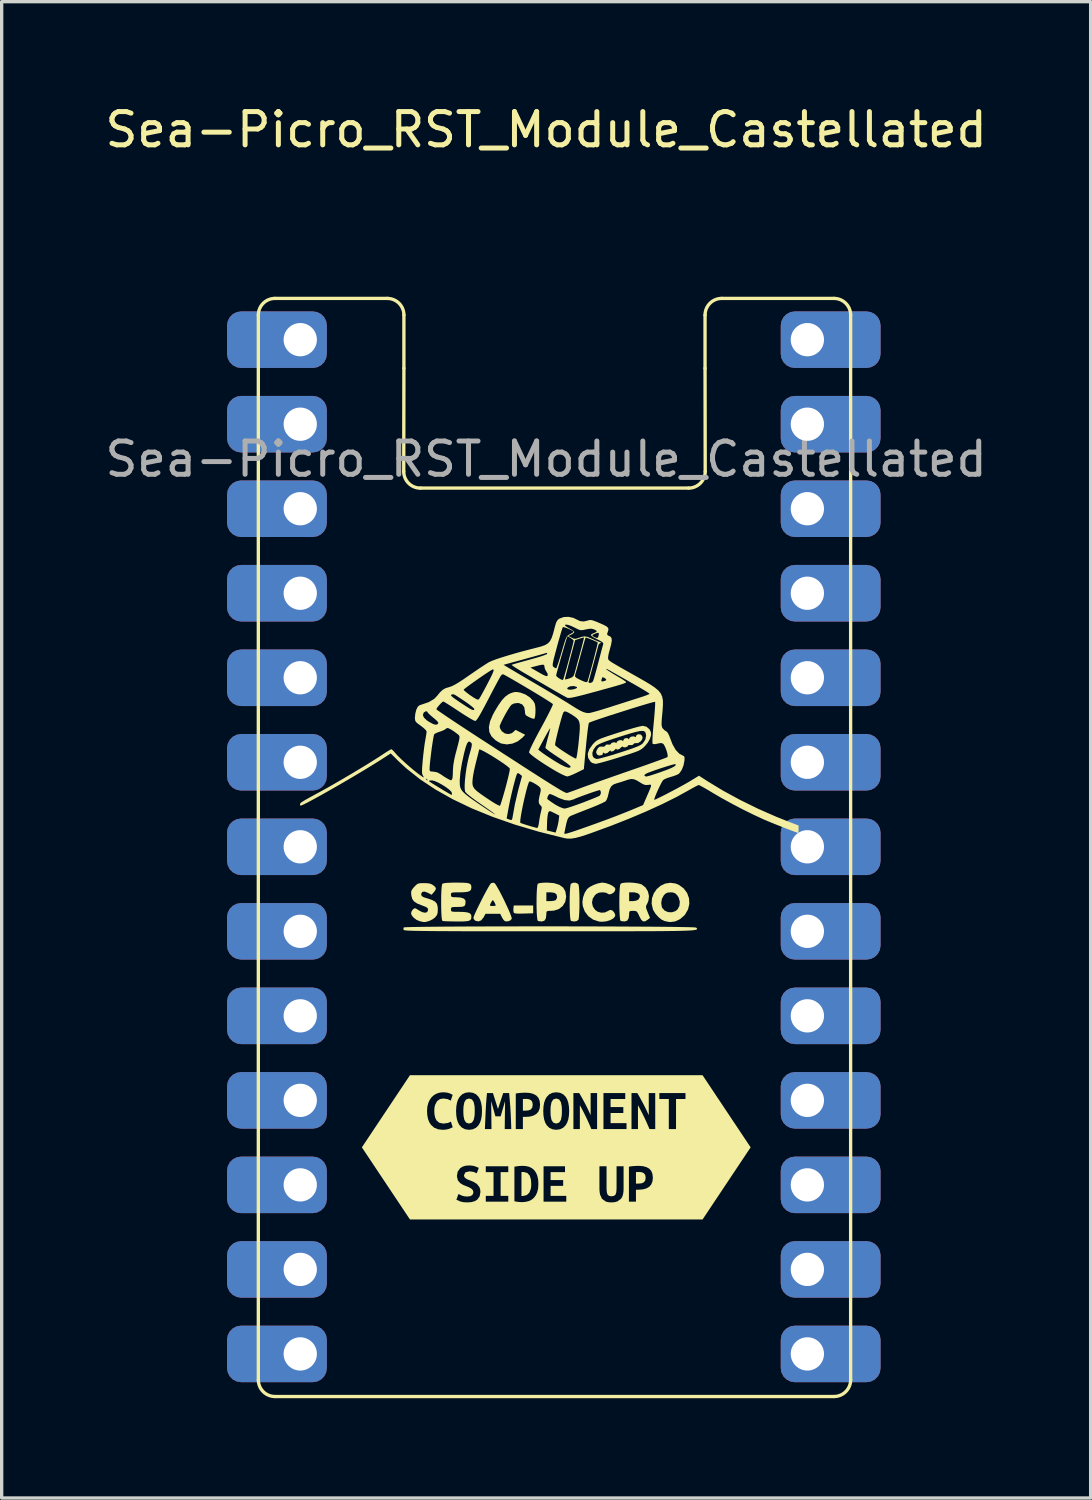
<source format=kicad_pcb>
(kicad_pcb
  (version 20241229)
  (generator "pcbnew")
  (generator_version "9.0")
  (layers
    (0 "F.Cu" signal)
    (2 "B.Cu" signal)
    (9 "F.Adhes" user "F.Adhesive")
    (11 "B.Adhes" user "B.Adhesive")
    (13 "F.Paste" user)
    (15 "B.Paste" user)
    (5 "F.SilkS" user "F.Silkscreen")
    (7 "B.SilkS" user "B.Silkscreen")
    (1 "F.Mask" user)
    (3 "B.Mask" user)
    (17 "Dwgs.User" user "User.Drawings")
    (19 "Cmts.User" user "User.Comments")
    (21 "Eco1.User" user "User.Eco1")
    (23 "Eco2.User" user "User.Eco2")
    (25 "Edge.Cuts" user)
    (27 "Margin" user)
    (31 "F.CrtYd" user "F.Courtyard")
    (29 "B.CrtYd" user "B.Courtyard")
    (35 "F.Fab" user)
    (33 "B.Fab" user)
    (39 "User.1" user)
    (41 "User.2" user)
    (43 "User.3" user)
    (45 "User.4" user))
  (footprint "Sea-Picro_RST_Module_Castellated"
    (layer "F.Cu")
    (at 13.563 22.398)
    (property "Reference" "Sea-Picro_RST_Module_Castellated" (at -0.2 -21.55 0) (unlocked yes) (layer "F.SilkS") (effects (font (size 1 1) (thickness 0.15))))
    (attr through_hole)
    (fp_line (start -8.85 -15.98) (end -8.85 16.02) (stroke (width 0.1) (type solid)) (layer "F.SilkS"))
    (fp_line (start -8.35 16.52) (end 8.45 16.52) (stroke (width 0.1) (type solid)) (layer "F.SilkS"))
    (fp_line (start -4.975 -16.48) (end -8.35 -16.48) (stroke (width 0.1) (type solid)) (layer "F.SilkS"))
    (fp_line (start -4.475 -14.38) (end -4.48 -11.28) (stroke (width 0.1) (type solid)) (layer "F.SilkS"))
    (fp_line (start -4.475 -14.38) (end -4.475 -15.98) (stroke (width 0.1) (type solid)) (layer "F.SilkS"))
    (fp_line (start -3.98 -10.78) (end 4.08 -10.78) (stroke (width 0.1) (type solid)) (layer "F.SilkS"))
    (fp_line (start 4.575 -14.38) (end 4.575 -15.98) (stroke (width 0.1) (type solid)) (layer "F.SilkS"))
    (fp_line (start 4.575 -14.38) (end 4.58 -11.28) (stroke (width 0.1) (type solid)) (layer "F.SilkS"))
    (fp_line (start 5.075 -16.48) (end 8.45 -16.48) (stroke (width 0.1) (type solid)) (layer "F.SilkS"))
    (fp_line (start 8.95 16.02) (end 8.95 -15.98) (stroke (width 0.1) (type solid)) (layer "F.SilkS"))
    (fp_arc (start -8.84951 -15.98) (mid -8.703063 -16.333553) (end -8.34951 -16.48) (stroke (width 0.1) (type solid)) (layer "F.SilkS"))
    (fp_arc (start -8.34951 16.52) (mid -8.703063 16.373553) (end -8.84951 16.02) (stroke (width 0.1) (type solid)) (layer "F.SilkS"))
    (fp_arc (start -4.97451 -16.48) (mid -4.620957 -16.333553) (end -4.47451 -15.98) (stroke (width 0.1) (type solid)) (layer "F.SilkS"))
    (fp_arc (start -3.98 -10.77951) (mid -4.333553 -10.925957) (end -4.48 -11.27951) (stroke (width 0.1) (type solid)) (layer "F.SilkS"))
    (fp_arc (start 4.57549 -15.98) (mid 4.721931 -16.333559) (end 5.07549 -16.48) (stroke (width 0.1) (type solid)) (layer "F.SilkS"))
    (fp_arc (start 4.58 -11.27951) (mid 4.433553 -10.925957) (end 4.08 -10.77951) (stroke (width 0.1) (type solid)) (layer "F.SilkS"))
    (fp_arc (start 8.45049 -16.48) (mid 8.804046 -16.333556) (end 8.95049 -15.98) (stroke (width 0.1) (type solid)) (layer "F.SilkS"))
    (fp_arc (start 8.95049 16.02) (mid 8.804039 16.373543) (end 8.45049 16.52) (stroke (width 0.1) (type solid)) (layer "F.SilkS"))
    (fp_poly (pts (xy -0.589 1.998) (xy -0.874 2.006) (xy -1.012 2.009) (xy -1.101 2.005) (xy -1.152 1.995) (xy -1.175 1.976) (xy -1.177 1.972) (xy -1.186 1.913) (xy -1.183 1.847) (xy -1.174 1.764) (xy -0.589 1.764)) (stroke (width 0) (type solid)) (fill yes) (layer "F.SilkS"))
    (fp_poly (pts (xy -0.792 7.576) (xy -0.845 7.577) (xy -0.899 7.581) (xy -0.899 7.93) (xy -0.811 7.93) (xy -0.721 7.92) (xy -0.656 7.889) (xy -0.617 7.834) (xy -0.604 7.749) (xy -0.616 7.668) (xy -0.655 7.615) (xy -0.715 7.586) (xy -0.792 7.576)) (stroke (width 0) (type solid)) (fill yes) (layer "F.SilkS"))
    (fp_poly (pts (xy 2.604 9.772) (xy 2.551 9.773) (xy 2.499 9.777) (xy 2.499 10.121) (xy 2.585 10.121) (xy 2.674 10.111) (xy 2.738 10.081) (xy 2.777 10.026) (xy 2.79 9.942) (xy 2.777 9.863) (xy 2.739 9.811) (xy 2.68 9.782) (xy 2.604 9.772)) (stroke (width 0) (type solid)) (fill yes) (layer "F.SilkS"))
    (fp_poly (pts (xy -0.942 10.493) (xy -0.923 10.495) (xy -0.904 10.495) (xy -0.783 10.467) (xy -0.704 10.391) (xy -0.661 10.277) (xy -0.651 10.208) (xy -0.648 10.132) (xy -0.658 9.997) (xy -0.694 9.882) (xy -0.765 9.802) (xy -0.88 9.772) (xy -0.911 9.773) (xy -0.942 9.777) (xy -0.942 10.493)) (stroke (width 0) (type solid)) (fill yes) (layer "F.SilkS"))
    (fp_poly (pts (xy -2.689 7.941) (xy -2.687 8.017) (xy -2.682 8.088) (xy -2.658 8.208) (xy -2.606 8.288) (xy -2.517 8.318) (xy -2.429 8.288) (xy -2.377 8.207) (xy -2.352 8.088) (xy -2.348 8.017) (xy -2.346 7.941) (xy -2.348 7.865) (xy -2.352 7.793) (xy -2.377 7.674) (xy -2.428 7.593) (xy -2.517 7.564) (xy -2.606 7.593) (xy -2.658 7.675) (xy -2.682 7.794) (xy -2.687 7.865) (xy -2.689 7.941)) (stroke (width 0) (type solid)) (fill yes) (layer "F.SilkS"))
    (fp_poly (pts (xy -0.069 7.941) (xy -0.068 8.017) (xy -0.063 8.088) (xy -0.039 8.208) (xy 0.013 8.288) (xy 0.102 8.318) (xy 0.19 8.288) (xy 0.243 8.207) (xy 0.267 8.088) (xy 0.272 8.017) (xy 0.273 7.941) (xy 0.272 7.865) (xy 0.267 7.793) (xy 0.243 7.674) (xy 0.191 7.593) (xy 0.102 7.564) (xy 0.013 7.593) (xy -0.039 7.675) (xy -0.063 7.794) (xy -0.068 7.865) (xy -0.069 7.941)) (stroke (width 0) (type solid)) (fill yes) (layer "F.SilkS"))
    (fp_poly (pts (xy 0.688 1.08) (xy 0.754 1.111) (xy 0.771 1.133) (xy 0.782 1.182) (xy 0.791 1.28) (xy 0.798 1.415) (xy 0.801 1.578) (xy 0.801 1.661) (xy 0.8 1.834) (xy 0.794 1.984) (xy 0.786 2.101) (xy 0.776 2.174) (xy 0.771 2.19) (xy 0.719 2.232) (xy 0.637 2.245) (xy 0.546 2.227) (xy 0.545 2.227) (xy 0.532 2.194) (xy 0.521 2.113) (xy 0.513 1.997) (xy 0.508 1.855) (xy 0.506 1.701) (xy 0.507 1.543) (xy 0.511 1.395) (xy 0.518 1.267) (xy 0.528 1.171) (xy 0.54 1.117) (xy 0.544 1.111) (xy 0.609 1.08)) (stroke (width 0) (type solid)) (fill yes) (layer "F.SilkS"))
    (fp_poly (pts (xy 1.589 1.09) (xy 1.694 1.124) (xy 1.789 1.171) (xy 1.857 1.223) (xy 1.879 1.261) (xy 1.868 1.325) (xy 1.822 1.381) (xy 1.757 1.419) (xy 1.691 1.43) (xy 1.64 1.405) (xy 1.635 1.398) (xy 1.598 1.38) (xy 1.523 1.37) (xy 1.485 1.369) (xy 1.386 1.378) (xy 1.314 1.413) (xy 1.267 1.454) (xy 1.199 1.56) (xy 1.178 1.679) (xy 1.204 1.797) (xy 1.274 1.898) (xy 1.348 1.951) (xy 1.453 1.98) (xy 1.562 1.974) (xy 1.637 1.94) (xy 1.702 1.906) (xy 1.744 1.896) (xy 1.798 1.92) (xy 1.847 1.977) (xy 1.876 2.044) (xy 1.874 2.084) (xy 1.82 2.151) (xy 1.724 2.205) (xy 1.603 2.241) (xy 1.471 2.253) (xy 1.387 2.246) (xy 1.212 2.188) (xy 1.068 2.086) (xy 0.962 1.947) (xy 0.901 1.782) (xy 0.889 1.661) (xy 0.909 1.52) (xy 0.96 1.379) (xy 1.029 1.271) (xy 1.109 1.207) (xy 1.225 1.147) (xy 1.351 1.101) (xy 1.467 1.078) (xy 1.49 1.076)) (stroke (width 0) (type solid)) (fill yes) (layer "F.SilkS"))
    (fp_poly (pts (xy 3.689 1.103) (xy 3.789 1.144) (xy 3.934 1.251) (xy 4.036 1.389) (xy 4.093 1.547) (xy 4.103 1.714) (xy 4.064 1.881) (xy 3.975 2.036) (xy 3.954 2.061) (xy 3.825 2.173) (xy 3.68 2.242) (xy 3.531 2.262) (xy 3.479 2.256) (xy 3.401 2.24) (xy 3.354 2.23) (xy 3.27 2.19) (xy 3.176 2.113) (xy 3.088 2.015) (xy 3.022 1.911) (xy 3.008 1.879) (xy 2.97 1.709) (xy 2.971 1.69) (xy 3.258 1.69) (xy 3.276 1.809) (xy 3.289 1.838) (xy 3.363 1.919) (xy 3.465 1.963) (xy 3.578 1.968) (xy 3.685 1.933) (xy 3.75 1.88) (xy 3.805 1.775) (xy 3.817 1.651) (xy 3.784 1.529) (xy 3.74 1.459) (xy 3.677 1.398) (xy 3.609 1.373) (xy 3.537 1.369) (xy 3.446 1.377) (xy 3.382 1.41) (xy 3.335 1.459) (xy 3.278 1.565) (xy 3.258 1.69) (xy 2.971 1.69) (xy 2.981 1.547) (xy 3.035 1.398) (xy 3.123 1.271) (xy 3.24 1.171) (xy 3.378 1.105) (xy 3.53 1.081)) (stroke (width 0) (type solid)) (fill yes) (layer "F.SilkS"))
    (fp_poly (pts (xy 0.036 1.092) (xy 0.196 1.142) (xy 0.31 1.225) (xy 0.378 1.342) (xy 0.401 1.495) (xy 0.401 1.501) (xy 0.375 1.652) (xy 0.301 1.776) (xy 0.187 1.867) (xy 0.038 1.917) (xy -0.061 1.925) (xy -0.142 1.927) (xy -0.181 1.941) (xy -0.193 1.981) (xy -0.194 2.029) (xy -0.208 2.15) (xy -0.253 2.221) (xy -0.328 2.244) (xy -0.334 2.244) (xy -0.407 2.237) (xy -0.45 2.227) (xy -0.463 2.194) (xy -0.474 2.113) (xy -0.482 1.997) (xy -0.487 1.855) (xy -0.489 1.701) (xy -0.488 1.632) (xy -0.194 1.632) (xy -0.068 1.632) (xy 0.019 1.624) (xy 0.082 1.605) (xy 0.093 1.597) (xy 0.123 1.54) (xy 0.128 1.501) (xy 0.109 1.426) (xy 0.047 1.383) (xy -0.062 1.369) (xy -0.068 1.369) (xy -0.194 1.369) (xy -0.194 1.632) (xy -0.488 1.632) (xy -0.488 1.543) (xy -0.484 1.395) (xy -0.477 1.267) (xy -0.467 1.171) (xy -0.455 1.117) (xy -0.451 1.111) (xy -0.401 1.092) (xy -0.303 1.08) (xy -0.172 1.076)) (stroke (width 0) (type solid)) (fill yes) (layer "F.SilkS"))
    (fp_poly (pts (xy -1.752 1.092) (xy -1.719 1.129) (xy -1.67 1.21) (xy -1.607 1.322) (xy -1.537 1.457) (xy -1.464 1.603) (xy -1.394 1.751) (xy -1.33 1.891) (xy -1.279 2.012) (xy -1.245 2.105) (xy -1.233 2.158) (xy -1.234 2.163) (xy -1.276 2.212) (xy -1.349 2.241) (xy -1.426 2.24) (xy -1.437 2.236) (xy -1.478 2.2) (xy -1.522 2.133) (xy -1.53 2.116) (xy -1.58 2.013) (xy -2.022 2.013) (xy -2.081 2.122) (xy -2.151 2.209) (xy -2.235 2.243) (xy -2.328 2.221) (xy -2.337 2.216) (xy -2.379 2.168) (xy -2.386 2.136) (xy -2.372 2.088) (xy -2.336 2) (xy -2.282 1.883) (xy -2.225 1.765) (xy -1.891 1.765) (xy -1.865 1.775) (xy -1.804 1.779) (xy -1.803 1.779) (xy -1.741 1.775) (xy -1.715 1.765) (xy -1.715 1.765) (xy -1.728 1.723) (xy -1.756 1.665) (xy -1.786 1.618) (xy -1.803 1.603) (xy -1.826 1.626) (xy -1.857 1.678) (xy -1.883 1.734) (xy -1.891 1.765) (xy -2.225 1.765) (xy -2.215 1.746) (xy -2.142 1.6) (xy -2.068 1.455) (xy -1.996 1.322) (xy -1.934 1.21) (xy -1.885 1.13) (xy -1.855 1.093) (xy -1.854 1.092) (xy -1.784 1.079)) (stroke (width 0) (type solid)) (fill yes) (layer "F.SilkS"))
    (fp_poly (pts (xy 2.437 1.082) (xy 2.557 1.099) (xy 2.653 1.125) (xy 2.675 1.135) (xy 2.786 1.222) (xy 2.859 1.342) (xy 2.89 1.48) (xy 2.874 1.621) (xy 2.836 1.711) (xy 2.808 1.763) (xy 2.799 1.806) (xy 2.81 1.86) (xy 2.843 1.945) (xy 2.852 1.968) (xy 2.922 2.136) (xy 2.853 2.191) (xy 2.775 2.24) (xy 2.712 2.241) (xy 2.656 2.191) (xy 2.6 2.086) (xy 2.558 1.996) (xy 2.524 1.948) (xy 2.483 1.929) (xy 2.42 1.925) (xy 2.411 1.925) (xy 2.336 1.928) (xy 2.303 1.947) (xy 2.294 1.997) (xy 2.294 2.029) (xy 2.279 2.15) (xy 2.234 2.221) (xy 2.159 2.244) (xy 2.154 2.244) (xy 2.081 2.237) (xy 2.038 2.227) (xy 2.024 2.194) (xy 2.014 2.113) (xy 2.006 1.997) (xy 2.001 1.855) (xy 1.999 1.701) (xy 1.999 1.632) (xy 2.294 1.632) (xy 2.409 1.632) (xy 2.499 1.62) (xy 2.565 1.59) (xy 2.57 1.586) (xy 2.616 1.512) (xy 2.61 1.447) (xy 2.556 1.397) (xy 2.461 1.371) (xy 2.42 1.369) (xy 2.294 1.369) (xy 2.294 1.632) (xy 1.999 1.632) (xy 2 1.543) (xy 2.003 1.395) (xy 2.01 1.267) (xy 2.02 1.171) (xy 2.033 1.117) (xy 2.036 1.111) (xy 2.091 1.088) (xy 2.187 1.076) (xy 2.308 1.074)) (stroke (width 0) (type solid)) (fill yes) (layer "F.SilkS"))
    (fp_poly (pts (xy -0.993 -4.638) (xy -0.972 -4.633) (xy -0.827 -4.58) (xy -0.694 -4.494) (xy -0.591 -4.388) (xy -0.545 -4.309) (xy -0.529 -4.239) (xy -0.521 -4.14) (xy -0.522 -4.032) (xy -0.53 -3.934) (xy -0.545 -3.866) (xy -0.554 -3.85) (xy -0.59 -3.849) (xy -0.659 -3.872) (xy -0.706 -3.893) (xy -0.785 -3.935) (xy -0.824 -3.973) (xy -0.836 -4.028) (xy -0.837 -4.07) (xy -0.858 -4.195) (xy -0.919 -4.278) (xy -1.018 -4.318) (xy -1.066 -4.321) (xy -1.17 -4.306) (xy -1.24 -4.27) (xy -1.284 -4.218) (xy -1.342 -4.129) (xy -1.407 -4.018) (xy -1.473 -3.899) (xy -1.531 -3.784) (xy -1.575 -3.687) (xy -1.597 -3.623) (xy -1.598 -3.613) (xy -1.58 -3.549) (xy -1.535 -3.477) (xy -1.529 -3.47) (xy -1.44 -3.406) (xy -1.334 -3.387) (xy -1.232 -3.415) (xy -1.183 -3.452) (xy -1.121 -3.514) (xy -0.831 -3.367) (xy -0.914 -3.279) (xy -1.053 -3.169) (xy -1.214 -3.101) (xy -1.383 -3.077) (xy -1.545 -3.103) (xy -1.568 -3.112) (xy -1.639 -3.149) (xy -1.722 -3.203) (xy -1.736 -3.214) (xy -1.846 -3.324) (xy -1.908 -3.45) (xy -1.921 -3.598) (xy -1.886 -3.769) (xy -1.802 -3.968) (xy -1.745 -4.074) (xy -1.629 -4.264) (xy -1.528 -4.407) (xy -1.432 -4.51) (xy -1.337 -4.581) (xy -1.259 -4.618) (xy -1.169 -4.647) (xy -1.09 -4.653)) (stroke (width 0) (type solid)) (fill yes) (layer "F.SilkS"))
    (fp_poly (pts (xy -3.747 1.096) (xy -3.663 1.116) (xy -3.599 1.151) (xy -3.531 1.211) (xy -3.512 1.262) (xy -3.54 1.321) (xy -3.57 1.358) (xy -3.642 1.442) (xy -3.743 1.388) (xy -3.845 1.348) (xy -3.915 1.351) (xy -3.951 1.397) (xy -3.954 1.426) (xy -3.947 1.466) (xy -3.919 1.496) (xy -3.857 1.524) (xy -3.764 1.552) (xy -3.624 1.6) (xy -3.533 1.651) (xy -3.482 1.717) (xy -3.459 1.807) (xy -3.456 1.881) (xy -3.461 1.982) (xy -3.481 2.049) (xy -3.525 2.108) (xy -3.544 2.128) (xy -3.623 2.185) (xy -3.725 2.232) (xy -3.825 2.259) (xy -3.895 2.259) (xy -3.944 2.248) (xy -4.003 2.235) (xy -4.091 2.198) (xy -4.175 2.137) (xy -4.237 2.065) (xy -4.261 2) (xy -4.24 1.93) (xy -4.203 1.881) (xy -4.165 1.852) (xy -4.13 1.848) (xy -4.08 1.874) (xy -4.03 1.908) (xy -3.928 1.963) (xy -3.84 1.981) (xy -3.778 1.963) (xy -3.75 1.909) (xy -3.749 1.897) (xy -3.756 1.855) (xy -3.786 1.823) (xy -3.851 1.792) (xy -3.935 1.761) (xy -4.076 1.704) (xy -4.169 1.643) (xy -4.224 1.568) (xy -4.25 1.469) (xy -4.253 1.449) (xy -4.258 1.365) (xy -4.243 1.305) (xy -4.198 1.242) (xy -4.164 1.204) (xy -4.105 1.143) (xy -4.054 1.109) (xy -3.992 1.094) (xy -3.897 1.091) (xy -3.87 1.091)) (stroke (width 0) (type solid)) (fill yes) (layer "F.SilkS"))
    (fp_poly (pts (xy -2.728 1.078) (xy -2.605 1.084) (xy -2.524 1.098) (xy -2.477 1.122) (xy -2.454 1.16) (xy -2.447 1.214) (xy -2.447 1.227) (xy -2.458 1.288) (xy -2.495 1.329) (xy -2.569 1.354) (xy -2.685 1.366) (xy -2.811 1.369) (xy -2.932 1.369) (xy -3.006 1.374) (xy -3.044 1.385) (xy -3.059 1.406) (xy -3.061 1.441) (xy -3.061 1.442) (xy -3.056 1.486) (xy -3.032 1.507) (xy -2.973 1.515) (xy -2.917 1.515) (xy -2.769 1.525) (xy -2.673 1.557) (xy -2.627 1.61) (xy -2.622 1.644) (xy -2.628 1.725) (xy -2.651 1.774) (xy -2.704 1.799) (xy -2.799 1.807) (xy -2.86 1.808) (xy -2.966 1.809) (xy -3.026 1.815) (xy -3.053 1.832) (xy -3.061 1.863) (xy -3.061 1.881) (xy -3.059 1.917) (xy -3.043 1.939) (xy -3.003 1.95) (xy -2.925 1.954) (xy -2.829 1.954) (xy -2.667 1.959) (xy -2.555 1.974) (xy -2.486 2.003) (xy -2.453 2.049) (xy -2.447 2.094) (xy -2.451 2.152) (xy -2.47 2.193) (xy -2.511 2.221) (xy -2.584 2.236) (xy -2.696 2.243) (xy -2.857 2.245) (xy -2.899 2.244) (xy -3.045 2.242) (xy -3.171 2.239) (xy -3.265 2.234) (xy -3.314 2.228) (xy -3.317 2.227) (xy -3.331 2.194) (xy -3.342 2.113) (xy -3.349 1.997) (xy -3.354 1.855) (xy -3.356 1.701) (xy -3.355 1.543) (xy -3.352 1.395) (xy -3.345 1.267) (xy -3.335 1.171) (xy -3.322 1.117) (xy -3.319 1.111) (xy -3.272 1.094) (xy -3.171 1.083) (xy -3.015 1.077) (xy -2.9 1.076)) (stroke (width 0) (type solid)) (fill yes) (layer "F.SilkS"))
    (fp_poly (pts (xy -0.058 2.391) (xy 0.381 2.391) (xy 0.816 2.392) (xy 1.242 2.393) (xy 1.657 2.394) (xy 2.056 2.396) (xy 2.435 2.398) (xy 2.79 2.4) (xy 3.118 2.402) (xy 3.414 2.405) (xy 3.674 2.408) (xy 3.895 2.412) (xy 4.073 2.415) (xy 4.203 2.419) (xy 4.282 2.424) (xy 4.306 2.427) (xy 4.321 2.442) (xy 4.332 2.456) (xy 4.337 2.468) (xy 4.332 2.479) (xy 4.316 2.489) (xy 4.286 2.497) (xy 4.238 2.505) (xy 4.171 2.512) (xy 4.082 2.517) (xy 3.968 2.522) (xy 3.826 2.526) (xy 3.654 2.53) (xy 3.45 2.532) (xy 3.209 2.535) (xy 2.931 2.536) (xy 2.611 2.537) (xy 2.248 2.538) (xy 1.839 2.539) (xy 1.381 2.539) (xy 0.872 2.539) (xy 0.309 2.539) (xy -0.096 2.539) (xy -0.694 2.539) (xy -1.236 2.539) (xy -1.725 2.539) (xy -2.164 2.538) (xy -2.555 2.538) (xy -2.9 2.537) (xy -3.203 2.535) (xy -3.466 2.534) (xy -3.691 2.532) (xy -3.882 2.53) (xy -4.041 2.527) (xy -4.171 2.525) (xy -4.274 2.521) (xy -4.354 2.518) (xy -4.411 2.513) (xy -4.451 2.509) (xy -4.474 2.504) (xy -4.484 2.498) (xy -4.484 2.497) (xy -4.488 2.441) (xy -4.481 2.424) (xy -4.45 2.419) (xy -4.364 2.415) (xy -4.227 2.411) (xy -4.043 2.408) (xy -3.817 2.405) (xy -3.552 2.402) (xy -3.251 2.399) (xy -2.92 2.397) (xy -2.561 2.395) (xy -2.179 2.394) (xy -1.778 2.392) (xy -1.362 2.392) (xy -0.934 2.391) (xy -0.498 2.391)) (stroke (width 0) (type solid)) (fill yes) (layer "F.SilkS"))
    (fp_poly (pts (xy 2.638 -3.374) (xy 2.663 -3.357) (xy 2.7 -3.294) (xy 2.683 -3.224) (xy 2.641 -3.17) (xy 2.564 -3.118) (xy 2.511 -3.116) (xy 2.448 -3.11) (xy 2.427 -3.086) (xy 2.386 -3.055) (xy 2.337 -3.057) (xy 2.283 -3.059) (xy 2.265 -3.045) (xy 2.24 -3.012) (xy 2.187 -2.991) (xy 2.133 -2.989) (xy 2.112 -3.002) (xy 2.083 -3.014) (xy 2.054 -2.988) (xy 2.004 -2.944) (xy 1.953 -2.921) (xy 1.918 -2.925) (xy 1.913 -2.939) (xy 1.9 -2.949) (xy 1.877 -2.928) (xy 1.827 -2.883) (xy 1.775 -2.862) (xy 1.741 -2.869) (xy 1.737 -2.882) (xy 1.724 -2.896) (xy 1.7 -2.872) (xy 1.641 -2.821) (xy 1.578 -2.801) (xy 1.532 -2.817) (xy 1.528 -2.822) (xy 1.509 -2.839) (xy 1.504 -2.808) (xy 1.491 -2.765) (xy 1.477 -2.757) (xy 1.426 -2.748) (xy 1.411 -2.744) (xy 1.361 -2.751) (xy 1.335 -2.772) (xy 1.303 -2.826) (xy 1.311 -2.884) (xy 1.348 -2.951) (xy 1.397 -3.004) (xy 1.458 -3.013) (xy 1.477 -3.01) (xy 1.545 -3.01) (xy 1.575 -3.04) (xy 1.615 -3.073) (xy 1.665 -3.072) (xy 1.719 -3.07) (xy 1.738 -3.084) (xy 1.762 -3.117) (xy 1.816 -3.138) (xy 1.87 -3.14) (xy 1.891 -3.127) (xy 1.91 -3.112) (xy 1.913 -3.131) (xy 1.938 -3.171) (xy 1.993 -3.2) (xy 2.054 -3.209) (xy 2.093 -3.19) (xy 2.113 -3.171) (xy 2.118 -3.2) (xy 2.142 -3.243) (xy 2.195 -3.267) (xy 2.25 -3.263) (xy 2.27 -3.246) (xy 2.29 -3.227) (xy 2.293 -3.248) (xy 2.319 -3.289) (xy 2.375 -3.315) (xy 2.436 -3.318) (xy 2.462 -3.306) (xy 2.493 -3.295) (xy 2.499 -3.321) (xy 2.522 -3.363) (xy 2.577 -3.383)) (stroke (width 0) (type solid)) (fill yes) (layer "F.SilkS"))
    (fp_poly (pts (xy 2.816 -3.608) (xy 2.903 -3.533) (xy 2.948 -3.449) (xy 2.953 -3.357) (xy 2.918 -3.244) (xy 2.85 -3.124) (xy 2.763 -3.021) (xy 2.717 -2.977) (xy 2.673 -2.941) (xy 2.621 -2.909) (xy 2.553 -2.876) (xy 2.461 -2.841) (xy 2.337 -2.798) (xy 2.172 -2.745) (xy 2.001 -2.691) (xy 1.814 -2.633) (xy 1.641 -2.582) (xy 1.491 -2.54) (xy 1.374 -2.51) (xy 1.299 -2.495) (xy 1.282 -2.493) (xy 1.182 -2.52) (xy 1.132 -2.56) (xy 1.062 -2.673) (xy 1.05 -2.796) (xy 1.061 -2.828) (xy 1.19 -2.828) (xy 1.193 -2.741) (xy 1.232 -2.675) (xy 1.305 -2.642) (xy 1.33 -2.64) (xy 1.385 -2.649) (xy 1.485 -2.674) (xy 1.621 -2.711) (xy 1.784 -2.759) (xy 1.964 -2.815) (xy 2.025 -2.834) (xy 2.237 -2.904) (xy 2.399 -2.959) (xy 2.52 -3.005) (xy 2.606 -3.043) (xy 2.665 -3.077) (xy 2.704 -3.109) (xy 2.707 -3.112) (xy 2.781 -3.224) (xy 2.804 -3.342) (xy 2.789 -3.421) (xy 2.769 -3.456) (xy 2.735 -3.477) (xy 2.682 -3.484) (xy 2.602 -3.476) (xy 2.491 -3.451) (xy 2.341 -3.41) (xy 2.147 -3.351) (xy 1.976 -3.296) (xy 1.76 -3.226) (xy 1.594 -3.168) (xy 1.471 -3.121) (xy 1.383 -3.081) (xy 1.324 -3.046) (xy 1.296 -3.022) (xy 1.224 -2.926) (xy 1.19 -2.828) (xy 1.061 -2.828) (xy 1.095 -2.931) (xy 1.198 -3.076) (xy 1.219 -3.099) (xy 1.259 -3.141) (xy 1.299 -3.175) (xy 1.348 -3.207) (xy 1.412 -3.239) (xy 1.501 -3.274) (xy 1.623 -3.317) (xy 1.784 -3.37) (xy 1.971 -3.431) (xy 2.159 -3.49) (xy 2.335 -3.542) (xy 2.488 -3.586) (xy 2.609 -3.617) (xy 2.688 -3.633) (xy 2.708 -3.635)) (stroke (width 0) (type solid)) (fill yes) (layer "F.SilkS"))
    (fp_poly (pts (xy -3.78 6.864) (xy -3.641 7.524) (xy -3.57 7.461) (xy -3.486 7.414) (xy -3.392 7.386) (xy -3.289 7.377) (xy -3.185 7.386) (xy -3.104 7.408) (xy -3.046 7.434) (xy -3.01 7.455) (xy -3.066 7.627) (xy -3.163 7.582) (xy -3.293 7.564) (xy -3.391 7.582) (xy -3.477 7.643) (xy -3.538 7.757) (xy -3.556 7.838) (xy -3.562 7.936) (xy -3.555 8.049) (xy -3.533 8.144) (xy -2.907 7.941) (xy -2.9 7.81) (xy -2.881 7.696) (xy -2.849 7.599) (xy -2.804 7.519) (xy -2.726 7.44) (xy -2.631 7.393) (xy -2.517 7.377) (xy -2.401 7.393) (xy -2.304 7.44) (xy -2.228 7.519) (xy -2.184 7.599) (xy -2.153 7.696) (xy -2.134 7.81) (xy -2 7.647) (xy -1.989 7.52) (xy -1.978 7.401) (xy -1.8 7.401) (xy -1.769 7.496) (xy -1.73 7.62) (xy -1.688 7.754) (xy -1.648 7.88) (xy -1.604 7.746) (xy -1.56 7.613) (xy -1.522 7.494) (xy -1.491 7.401) (xy -1.312 7.401) (xy -1.3 7.541) (xy -1.289 7.677) (xy -1.278 7.811) (xy -1.113 8.482) (xy -1.113 7.415) (xy -1.043 7.403) (xy -0.963 7.395) (xy -0.885 7.391) (xy -0.817 7.389) (xy -0.689 7.398) (xy -0.583 7.427) (xy -0.497 7.474) (xy -0.434 7.542) (xy -0.396 7.634) (xy -0.383 7.751) (xy -0.396 7.868) (xy -0.434 7.961) (xy -0.287 7.941) (xy -0.281 7.81) (xy -0.262 7.696) (xy -0.229 7.599) (xy -0.184 7.519) (xy -0.107 7.44) (xy -0.011 7.393) (xy 0.102 7.377) (xy 0.219 7.393) (xy 0.315 7.44) (xy 0.392 7.519) (xy 0.435 7.599) (xy 0.466 7.696) (xy 0.485 7.81) (xy 0.491 7.941) (xy 0.485 8.072) (xy 0.466 8.186) (xy 0.434 8.283) (xy 0.39 8.363) (xy 0.313 8.442) (xy 0.218 8.489) (xy 0.104 8.505) (xy -0.013 8.489) (xy -0.11 8.442) (xy -0.187 8.363) (xy -0.231 8.283) (xy -0.262 8.186) (xy -0.281 8.072) (xy -0.287 7.941) (xy -0.434 7.961) (xy -0.498 8.031) (xy -0.585 8.079) (xy -0.693 8.108) (xy -0.822 8.117) (xy -0.899 8.117) (xy -0.899 8.482) (xy -1.113 8.482) (xy -1.278 7.811) (xy -1.27 7.943) (xy -1.263 8.076) (xy -1.257 8.209) (xy -1.252 8.344) (xy -1.248 8.482) (xy -1.445 8.482) (xy -1.435 7.642) (xy -1.567 8.1) (xy -1.725 8.1) (xy -1.852 7.642) (xy -1.843 8.482) (xy -2.041 8.482) (xy -2.035 8.347) (xy -2.029 8.206) (xy -2.023 8.064) (xy -2.016 7.922) (xy -2.009 7.782) (xy -2 7.647) (xy -2.134 7.81) (xy -2.128 7.941) (xy -2.134 8.072) (xy -2.153 8.186) (xy -2.185 8.283) (xy -2.229 8.363) (xy -2.306 8.442) (xy -2.402 8.489) (xy -2.516 8.505) (xy -2.633 8.489) (xy -2.729 8.442) (xy -2.806 8.363) (xy -2.85 8.283) (xy -2.882 8.186) (xy -2.901 8.072) (xy -2.907 7.941) (xy -3.533 8.144) (xy -3.498 8.219) (xy -3.414 8.293) (xy -3.289 8.318) (xy -3.15 8.299) (xy -3.062 8.26) (xy -3.008 8.43) (xy -3.131 8.481) (xy -3.215 8.499) (xy -3.31 8.505) (xy -3.451 8.489) (xy -2.883 9.894) (xy -2.858 9.761) (xy -2.785 9.66) (xy -2.712 9.613) (xy -2.623 9.585) (xy -2.518 9.576) (xy -2.426 9.582) (xy -2.347 9.598) (xy -2.224 9.648) (xy -2.286 9.812) (xy -2.381 9.77) (xy -2.502 9.753) (xy -2.629 9.784) (xy -2.671 9.875) (xy -2.654 9.93) (xy -2.61 9.971) (xy -2.55 10.003) (xy -2.483 10.028) (xy -2.379 10.071) (xy -2.28 10.133) (xy -2.205 10.229) (xy -2.183 10.294) (xy -2.175 10.374) (xy -2.2 10.507) (xy -2.014 10.665) (xy -2.014 10.49) (xy -1.781 10.49) (xy -1.781 9.776) (xy -2.014 9.776) (xy -2.014 9.6) (xy -1.338 9.6) (xy -1.338 9.776) (xy -1.154 10.653) (xy -1.154 9.614) (xy -1.018 9.593) (xy -0.899 9.588) (xy -0.798 9.596) (xy -0.707 9.619) (xy -0.627 9.659) (xy -0.56 9.716) (xy -0.506 9.791) (xy -0.466 9.885) (xy -0.441 9.998) (xy -0.433 10.132) (xy -0.442 10.269) (xy -0.47 10.384) (xy -0.514 10.478) (xy -0.572 10.553) (xy -0.644 10.61) (xy -0.728 10.649) (xy -0.823 10.671) (xy -0.926 10.679) (xy -1.037 10.673) (xy -1.154 10.653) (xy -1.338 9.776) (xy -1.568 9.776) (xy -1.568 10.49) (xy -1.338 10.49) (xy -1.338 10.665) (xy -2.014 10.665) (xy -2.2 10.507) (xy -2.273 10.606) (xy -2.349 10.651) (xy -2.447 10.678) (xy -2.568 10.687) (xy -2.687 10.68) (xy -2.779 10.659) (xy -2.898 10.607) (xy -2.836 10.434) (xy -2.725 10.486) (xy -2.654 10.504) (xy -2.568 10.51) (xy -2.479 10.499) (xy -2.423 10.468) (xy -2.395 10.423) (xy -2.387 10.373) (xy -2.406 10.314) (xy -2.454 10.268) (xy -2.52 10.232) (xy -2.592 10.202) (xy -2.692 10.163) (xy -2.785 10.106) (xy -2.855 10.021) (xy -2.883 9.894) (xy -3.451 8.489) (xy -3.567 8.44) (xy -3.659 8.358) (xy -3.712 8.277) (xy -3.75 8.181) (xy -3.772 8.068) (xy -3.78 7.941) (xy -3.771 7.814) (xy -3.743 7.702) (xy -3.699 7.605) (xy -3.641 7.524) (xy -3.78 6.864) (xy -4.293 6.864) (xy -5.738 9.032) (xy -4.293 11.2) (xy -0.278 10.665) (xy -0.278 9.6) (xy 0.367 9.6) (xy 0.367 9.776) (xy -0.066 9.776) (xy -0.066 10.015) (xy 0.311 10.015) (xy 0.311 10.19) (xy -0.066 10.19) (xy -0.066 10.49) (xy 0.405 10.49) (xy 0.405 10.665) (xy -0.278 10.665) (xy -4.293 11.2) (xy -3.78 11.2) (xy 1.761 10.687) (xy 1.666 10.68) (xy 1.588 10.659) (xy 1.477 10.577) (xy 1.419 10.448) (xy 1.406 10.368) (xy 1.401 10.28) (xy 1.401 9.6) (xy 1.615 9.6) (xy 1.615 10.266) (xy 1.622 10.379) (xy 1.645 10.452) (xy 1.69 10.491) (xy 1.764 10.503) (xy 1.838 10.491) (xy 1.885 10.451) (xy 1.909 10.377) (xy 1.916 10.264) (xy 1.916 9.6) (xy 2.127 9.6) (xy 2.127 10.28) (xy 2.123 10.368) (xy 2.11 10.448) (xy 2.086 10.518) (xy 2.05 10.577) (xy 1.936 10.659) (xy 1.857 10.68) (xy 1.761 10.687) (xy -3.78 11.2) (xy 3.987 11.2) (xy 2.994 10.06) (xy 2.956 10.152) (xy 2.894 10.22) (xy 2.808 10.268) (xy 2.702 10.296) (xy 2.575 10.305) (xy 2.499 10.305) (xy 2.499 10.665) (xy 2.287 10.665) (xy 2.287 9.614) (xy 2.357 9.602) (xy 2.435 9.594) (xy 2.513 9.59) (xy 2.58 9.588) (xy 2.705 9.597) (xy 2.81 9.625) (xy 2.895 9.671) (xy 2.957 9.739) (xy 2.994 9.83) (xy 3.007 9.944) (xy 2.994 10.06) (xy 3.987 11.2) (xy 4.5 11.2) (xy 5.945 9.032) (xy 1.158 8.482) (xy 1.108 8.362) (xy 1.055 8.243) (xy 0.999 8.123) (xy 0.94 8.004) (xy 0.878 7.884) (xy 0.813 7.764) (xy 0.813 8.482) (xy 0.619 8.482) (xy 0.619 7.401) (xy 0.792 7.401) (xy 0.841 7.481) (xy 0.89 7.568) (xy 0.938 7.658) (xy 0.985 7.747) (xy 1.029 7.835) (xy 1.07 7.92) (xy 1.107 7.998) (xy 1.137 8.067) (xy 1.137 7.401) (xy 1.331 7.401) (xy 1.522 8.482) (xy 1.522 7.401) (xy 2.177 7.401) (xy 2.177 7.579) (xy 1.736 7.579) (xy 1.736 7.822) (xy 2.119 7.822) (xy 2.119 8) (xy 1.736 8) (xy 1.736 8.304) (xy 2.215 8.304) (xy 2.215 8.482) (xy 1.522 8.482) (xy 1.331 7.401) (xy 1.331 8.482) (xy 1.158 8.482) (xy 5.945 9.032) (xy 4.5 6.864) (xy 3.078 7.401) (xy 3.078 8.482) (xy 3.486 8.482) (xy 3.486 7.579) (xy 3.202 7.579) (xy 3.202 7.401) (xy 3.987 7.401) (xy 3.987 7.579) (xy 3.703 7.579) (xy 3.703 8.482) (xy 3.486 8.482) (xy 3.078 8.482) (xy 2.905 8.482) (xy 2.854 8.362) (xy 2.801 8.243) (xy 2.745 8.123) (xy 2.686 8.004) (xy 2.624 7.884) (xy 2.559 7.764) (xy 2.559 8.482) (xy 2.365 8.482) (xy 2.365 7.401) (xy 2.538 7.401) (xy 2.587 7.481) (xy 2.636 7.568) (xy 2.684 7.658) (xy 2.731 7.747) (xy 2.775 7.835) (xy 2.817 7.92) (xy 2.853 7.998) (xy 2.884 8.067) (xy 2.884 7.401) (xy 3.078 7.401) (xy 4.5 6.864) (xy 3.987 6.864) (xy -3.78 6.864)) (stroke (width 0) (type solid)) (fill yes) (layer "F.SilkS"))
    (fp_poly (pts (xy 0.622 -6.878) (xy 0.699 -6.84) (xy 0.82 -6.782) (xy 0.932 -6.771) (xy 1.052 -6.8) (xy 1.105 -6.815) (xy 1.158 -6.814) (xy 1.226 -6.796) (xy 1.327 -6.757) (xy 1.376 -6.736) (xy 1.514 -6.676) (xy 1.604 -6.63) (xy 1.654 -6.589) (xy 1.672 -6.545) (xy 1.663 -6.488) (xy 1.635 -6.409) (xy 1.633 -6.406) (xy 1.642 -6.362) (xy 1.677 -6.343) (xy 1.734 -6.315) (xy 1.765 -6.269) (xy 1.772 -6.196) (xy 1.754 -6.087) (xy 1.717 -5.947) (xy 1.679 -5.804) (xy 1.662 -5.707) (xy 1.663 -5.647) (xy 1.67 -5.629) (xy 1.683 -5.612) (xy 1.703 -5.592) (xy 1.736 -5.568) (xy 1.787 -5.534) (xy 1.863 -5.489) (xy 1.967 -5.428) (xy 2.106 -5.349) (xy 2.285 -5.248) (xy 2.509 -5.122) (xy 2.525 -5.113) (xy 2.752 -4.984) (xy 2.933 -4.876) (xy 3.072 -4.781) (xy 3.175 -4.694) (xy 3.245 -4.607) (xy 3.287 -4.512) (xy 3.308 -4.404) (xy 3.31 -4.275) (xy 3.3 -4.118) (xy 3.291 -4.014) (xy 3.276 -3.855) (xy 3.269 -3.742) (xy 3.269 -3.666) (xy 3.276 -3.615) (xy 3.291 -3.577) (xy 3.3 -3.563) (xy 3.354 -3.504) (xy 3.403 -3.475) (xy 3.452 -3.431) (xy 3.499 -3.336) (xy 3.51 -3.305) (xy 3.597 -3.081) (xy 3.693 -2.913) (xy 3.8 -2.799) (xy 3.909 -2.741) (xy 3.945 -2.721) (xy 3.959 -2.681) (xy 3.957 -2.603) (xy 3.955 -2.586) (xy 3.928 -2.445) (xy 3.877 -2.316) (xy 3.811 -2.218) (xy 3.772 -2.184) (xy 3.708 -2.154) (xy 3.612 -2.12) (xy 3.535 -2.097) (xy 3.433 -2.065) (xy 3.351 -2.028) (xy 3.314 -2.002) (xy 3.284 -1.959) (xy 3.243 -1.882) (xy 3.194 -1.783) (xy 3.145 -1.676) (xy 3.1 -1.572) (xy 3.066 -1.485) (xy 3.048 -1.428) (xy 3.049 -1.411) (xy 3.087 -1.425) (xy 3.167 -1.462) (xy 3.279 -1.517) (xy 3.413 -1.585) (xy 3.562 -1.663) (xy 3.714 -1.743) (xy 3.861 -1.823) (xy 3.993 -1.896) (xy 4.101 -1.958) (xy 4.128 -1.975) (xy 4.393 -2.136) (xy 4.653 -1.968) (xy 5.122 -1.684) (xy 5.632 -1.407) (xy 6.167 -1.144) (xy 6.708 -0.906) (xy 6.983 -0.796) (xy 7.386 -0.64) (xy 7.386 -0.528) (xy 7.383 -0.457) (xy 7.376 -0.418) (xy 7.374 -0.416) (xy 7.338 -0.427) (xy 7.259 -0.455) (xy 7.146 -0.498) (xy 7.009 -0.55) (xy 6.86 -0.609) (xy 6.707 -0.67) (xy 6.562 -0.728) (xy 6.435 -0.781) (xy 6.336 -0.823) (xy 6.334 -0.824) (xy 6.041 -0.96) (xy 5.722 -1.117) (xy 5.397 -1.287) (xy 5.085 -1.458) (xy 4.81 -1.618) (xy 4.674 -1.7) (xy 4.554 -1.77) (xy 4.459 -1.822) (xy 4.401 -1.852) (xy 4.386 -1.857) (xy 4.35 -1.843) (xy 4.276 -1.806) (xy 4.175 -1.75) (xy 4.093 -1.704) (xy 3.714 -1.495) (xy 3.282 -1.28) (xy 2.807 -1.063) (xy 2.292 -0.845) (xy 1.747 -0.63) (xy 1.176 -0.421) (xy 1.045 -0.375) (xy 0.843 -0.309) (xy 0.682 -0.267) (xy 0.551 -0.246) (xy 0.438 -0.246) (xy 0.348 -0.261) (xy -0.244 -0.409) (xy 0.344 -0.409) (xy 0.348 -0.394) (xy 0.375 -0.391) (xy 0.433 -0.403) (xy 0.527 -0.431) (xy 0.664 -0.476) (xy 0.824 -0.531) (xy 1.023 -0.601) (xy 1.239 -0.678) (xy 1.451 -0.755) (xy 1.639 -0.824) (xy 1.711 -0.851) (xy 1.888 -0.918) (xy 2.078 -0.993) (xy 2.259 -1.065) (xy 2.408 -1.126) (xy 2.713 -1.254) (xy 2.824 -1.51) (xy 2.888 -1.658) (xy 2.929 -1.759) (xy 2.951 -1.822) (xy 2.952 -1.856) (xy 2.934 -1.867) (xy 2.898 -1.865) (xy 2.866 -1.859) (xy 2.783 -1.857) (xy 2.703 -1.885) (xy 2.644 -1.921) (xy 2.528 -1.992) (xy 2.438 -2.03) (xy 2.357 -2.038) (xy 2.265 -2.018) (xy 2.208 -1.999) (xy 2.093 -1.96) (xy 1.979 -1.925) (xy 1.925 -1.91) (xy 1.821 -1.872) (xy 1.751 -1.811) (xy 1.704 -1.716) (xy 1.675 -1.599) (xy 1.649 -1.496) (xy 1.617 -1.412) (xy 1.593 -1.374) (xy 1.551 -1.347) (xy 1.463 -1.304) (xy 1.341 -1.25) (xy 1.194 -1.189) (xy 1.063 -1.138) (xy 0.902 -1.075) (xy 0.756 -1.018) (xy 0.636 -0.969) (xy 0.551 -0.934) (xy 0.517 -0.918) (xy 0.475 -0.882) (xy 0.44 -0.816) (xy 0.409 -0.712) (xy 0.377 -0.563) (xy 0.36 -0.478) (xy 0.345 -0.412) (xy 0.344 -0.409) (xy -0.244 -0.409) (xy -0.418 -0.453) (xy -0.554 -0.493) (xy -0.179 -0.493) (xy -0.047 -0.46) (xy 0.084 -0.427) (xy 0.122 -0.546) (xy 0.151 -0.654) (xy 0.174 -0.774) (xy 0.177 -0.802) (xy 0.194 -0.938) (xy 0.045 -1.014) (xy -0.039 -1.055) (xy -0.087 -1.072) (xy -0.113 -1.064) (xy -0.133 -1.034) (xy -0.135 -1.031) (xy -0.15 -0.975) (xy -0.163 -0.879) (xy -0.171 -0.762) (xy -0.172 -0.733) (xy -0.179 -0.493) (xy -0.554 -0.493) (xy -1.137 -0.666) (xy -1.361 -0.744) (xy -0.98 -0.744) (xy -0.975 -0.72) (xy -0.943 -0.706) (xy -0.87 -0.681) (xy -0.774 -0.651) (xy -0.669 -0.619) (xy -0.572 -0.591) (xy -0.498 -0.572) (xy -0.468 -0.565) (xy -0.447 -0.591) (xy -0.427 -0.66) (xy -0.416 -0.731) (xy -0.397 -0.859) (xy -0.371 -0.993) (xy -0.357 -1.049) (xy -0.336 -1.139) (xy -0.333 -1.191) (xy -0.35 -1.225) (xy -0.373 -1.246) (xy -0.411 -1.295) (xy -0.425 -1.362) (xy -0.414 -1.459) (xy -0.168 -1.459) (xy -0.16 -1.431) (xy -0.132 -1.41) (xy -0.074 -1.368) (xy -0.047 -1.348) (xy 0.079 -1.264) (xy 0.202 -1.199) (xy 0.305 -1.158) (xy 0.356 -1.149) (xy 0.405 -1.159) (xy 0.498 -1.186) (xy 0.624 -1.228) (xy 0.773 -1.281) (xy 0.898 -1.327) (xy 1.055 -1.388) (xy 1.195 -1.443) (xy 1.307 -1.489) (xy 1.382 -1.522) (xy 1.409 -1.536) (xy 1.438 -1.586) (xy 1.445 -1.634) (xy 1.432 -1.687) (xy 1.409 -1.704) (xy 1.364 -1.694) (xy 1.278 -1.667) (xy 1.164 -1.629) (xy 1.034 -1.583) (xy 0.901 -1.535) (xy 0.779 -1.489) (xy 0.68 -1.45) (xy 0.62 -1.423) (xy 0.499 -1.389) (xy 0.355 -1.404) (xy 0.184 -1.467) (xy 0.124 -1.497) (xy 0.029 -1.543) (xy -0.049 -1.576) (xy -0.091 -1.587) (xy -0.123 -1.564) (xy -0.152 -1.513) (xy -0.168 -1.459) (xy -0.414 -1.459) (xy -0.414 -1.46) (xy -0.387 -1.577) (xy -0.365 -1.674) (xy -0.363 -1.734) (xy -0.381 -1.778) (xy -0.384 -1.782) (xy -0.427 -1.824) (xy -0.497 -1.872) (xy -0.576 -1.918) (xy -0.648 -1.953) (xy -0.696 -1.966) (xy -0.705 -1.963) (xy -0.728 -1.919) (xy -0.758 -1.829) (xy -0.792 -1.705) (xy -0.829 -1.557) (xy -0.867 -1.395) (xy -0.903 -1.23) (xy -0.934 -1.072) (xy -0.959 -0.931) (xy -0.975 -0.819) (xy -0.98 -0.744) (xy -1.361 -0.744) (xy -1.668 -0.851) (xy -1.387 -0.851) (xy -1.324 -0.826) (xy -1.263 -0.805) (xy -1.231 -0.813) (xy -1.214 -0.861) (xy -1.204 -0.921) (xy -1.14 -1.276) (xy -1.051 -1.657) (xy -1.012 -1.807) (xy -0.925 -2.128) (xy -0.989 -2.181) (xy -1.038 -2.214) (xy -1.065 -2.208) (xy -1.076 -2.191) (xy -1.097 -2.137) (xy -1.127 -2.037) (xy -1.163 -1.903) (xy -1.203 -1.746) (xy -1.243 -1.578) (xy -1.281 -1.41) (xy -1.313 -1.254) (xy -1.332 -1.157) (xy -1.387 -0.851) (xy -1.668 -0.851) (xy -1.808 -0.9) (xy -2.43 -1.153) (xy -3.002 -1.427) (xy -3.522 -1.719) (xy -3.904 -1.972) (xy -3.721 -1.972) (xy -3.717 -1.967) (xy -3.685 -1.945) (xy -3.616 -1.9) (xy -3.52 -1.841) (xy -3.41 -1.774) (xy -3.297 -1.705) (xy -3.192 -1.643) (xy -3.107 -1.593) (xy -3.053 -1.563) (xy -3.04 -1.557) (xy -3.033 -1.582) (xy -3.032 -1.616) (xy -3.057 -1.663) (xy -3.122 -1.726) (xy -3.217 -1.796) (xy -3.327 -1.866) (xy -3.44 -1.928) (xy -3.509 -1.959) (xy -2.797 -1.959) (xy -2.795 -1.868) (xy -2.783 -1.793) (xy -2.755 -1.725) (xy -2.706 -1.658) (xy -2.63 -1.584) (xy -2.521 -1.498) (xy -2.373 -1.392) (xy -2.239 -1.3) (xy -2.091 -1.2) (xy -1.959 -1.112) (xy -1.85 -1.041) (xy -1.772 -0.993) (xy -1.734 -0.973) (xy -1.732 -0.972) (xy -1.746 -0.988) (xy -1.802 -1.031) (xy -1.892 -1.096) (xy -2.01 -1.179) (xy -2.149 -1.275) (xy -2.156 -1.28) (xy -2.339 -1.407) (xy -2.48 -1.513) (xy -2.578 -1.594) (xy -2.629 -1.649) (xy -2.635 -1.659) (xy -2.648 -1.738) (xy -2.649 -1.861) (xy -2.642 -1.97) (xy -2.415 -1.97) (xy -2.415 -1.883) (xy -2.397 -1.812) (xy -2.356 -1.746) (xy -2.285 -1.677) (xy -2.178 -1.595) (xy -2.03 -1.492) (xy -1.999 -1.471) (xy -1.853 -1.374) (xy -1.733 -1.3) (xy -1.644 -1.252) (xy -1.595 -1.233) (xy -1.587 -1.235) (xy -1.571 -1.27) (xy -1.544 -1.353) (xy -1.507 -1.474) (xy -1.464 -1.622) (xy -1.419 -1.782) (xy -1.375 -1.951) (xy -1.338 -2.101) (xy -1.31 -2.224) (xy -1.294 -2.31) (xy -1.291 -2.348) (xy -1.32 -2.382) (xy -1.387 -2.436) (xy -1.482 -2.505) (xy -1.598 -2.583) (xy -1.724 -2.664) (xy -1.852 -2.744) (xy -1.973 -2.815) (xy -2.078 -2.873) (xy -2.159 -2.913) (xy -2.205 -2.927) (xy -2.213 -2.922) (xy -2.22 -2.892) (xy -2.238 -2.816) (xy -2.266 -2.706) (xy -2.299 -2.579) (xy -2.336 -2.427) (xy -2.369 -2.278) (xy -2.393 -2.151) (xy -2.404 -2.08) (xy -2.415 -1.97) (xy -2.642 -1.97) (xy -2.639 -2.018) (xy -2.619 -2.194) (xy -2.592 -2.38) (xy -2.557 -2.562) (xy -2.518 -2.728) (xy -2.506 -2.768) (xy -2.466 -2.909) (xy -2.442 -3.004) (xy -2.434 -3.065) (xy -2.438 -3.103) (xy -2.454 -3.128) (xy -2.457 -3.131) (xy -2.501 -3.162) (xy -2.54 -3.155) (xy -2.576 -3.105) (xy -2.613 -3.008) (xy -2.654 -2.859) (xy -2.663 -2.825) (xy -2.731 -2.517) (xy -2.776 -2.244) (xy -2.796 -2.015) (xy -2.797 -1.959) (xy -3.509 -1.959) (xy -3.544 -1.974) (xy -3.625 -1.996) (xy -3.639 -1.996) (xy -3.708 -1.99) (xy -3.721 -1.972) (xy -3.904 -1.972) (xy -3.989 -2.029) (xy -4.012 -2.047) (xy -3.817 -2.047) (xy -3.81 -2.03) (xy -3.781 -1.999) (xy -3.764 -2.005) (xy -3.764 -2.009) (xy -3.784 -2.034) (xy -3.797 -2.043) (xy -3.817 -2.047) (xy -4.012 -2.047) (xy -4.403 -2.357) (xy -4.632 -2.569) (xy -4.871 -2.806) (xy -5.115 -2.648) (xy -5.284 -2.541) (xy -5.478 -2.421) (xy -5.69 -2.292) (xy -5.916 -2.157) (xy -6.148 -2.02) (xy -6.381 -1.884) (xy -6.61 -1.753) (xy -6.828 -1.629) (xy -7.03 -1.516) (xy -7.209 -1.418) (xy -7.36 -1.337) (xy -7.477 -1.278) (xy -7.554 -1.244) (xy -7.582 -1.236) (xy -7.595 -1.259) (xy -7.597 -1.278) (xy -7.594 -1.295) (xy -7.583 -1.312) (xy -7.556 -1.335) (xy -7.508 -1.367) (xy -7.434 -1.411) (xy -7.326 -1.472) (xy -7.18 -1.552) (xy -6.989 -1.655) (xy -6.953 -1.675) (xy -6.768 -1.777) (xy -6.552 -1.9) (xy -6.316 -2.037) (xy -6.072 -2.181) (xy -5.83 -2.326) (xy -5.6 -2.465) (xy -5.393 -2.594) (xy -5.22 -2.704) (xy -5.135 -2.76) (xy -5.027 -2.831) (xy -4.936 -2.888) (xy -4.874 -2.924) (xy -4.852 -2.933) (xy -4.821 -2.912) (xy -4.768 -2.858) (xy -4.732 -2.815) (xy -4.66 -2.736) (xy -4.554 -2.632) (xy -4.425 -2.513) (xy -4.286 -2.391) (xy -4.149 -2.277) (xy -4.025 -2.18) (xy -3.994 -2.158) (xy -3.917 -2.104) (xy -3.88 -2.083) (xy -3.877 -2.093) (xy -3.896 -2.126) (xy -3.915 -2.161) (xy -3.927 -2.205) (xy -3.931 -2.268) (xy -3.928 -2.34) (xy -3.704 -2.34) (xy -3.699 -2.288) (xy -3.671 -2.265) (xy -3.604 -2.26) (xy -3.592 -2.26) (xy -3.469 -2.236) (xy -3.364 -2.176) (xy -3.268 -2.11) (xy -3.174 -2.053) (xy -3.098 -2.012) (xy -3.057 -1.998) (xy -3.032 -2.02) (xy -3.021 -2.043) (xy -3.011 -2.094) (xy -3.005 -2.185) (xy -3.003 -2.288) (xy -2.992 -2.439) (xy -2.963 -2.62) (xy -2.927 -2.775) (xy -2.877 -2.963) (xy -2.84 -3.103) (xy -2.817 -3.202) (xy -2.805 -3.27) (xy -2.805 -3.314) (xy -2.816 -3.344) (xy -2.837 -3.366) (xy -2.868 -3.391) (xy -2.882 -3.402) (xy -2.97 -3.468) (xy -3.063 -3.527) (xy -3.075 -3.534) (xy -3.142 -3.566) (xy -3.183 -3.568) (xy -3.217 -3.542) (xy -3.271 -3.508) (xy -3.357 -3.472) (xy -3.395 -3.46) (xy -3.482 -3.429) (xy -3.547 -3.395) (xy -3.563 -3.381) (xy -3.576 -3.342) (xy -3.593 -3.256) (xy -3.613 -3.135) (xy -3.635 -2.99) (xy -3.655 -2.834) (xy -3.674 -2.678) (xy -3.69 -2.534) (xy -3.7 -2.413) (xy -3.704 -2.34) (xy -3.928 -2.34) (xy -3.928 -2.361) (xy -3.918 -2.495) (xy -3.91 -2.588) (xy -3.893 -2.757) (xy -3.873 -2.929) (xy -3.853 -3.084) (xy -3.834 -3.196) (xy -3.814 -3.309) (xy -3.799 -3.403) (xy -3.793 -3.461) (xy -3.793 -3.465) (xy -3.815 -3.505) (xy -3.875 -3.564) (xy -3.959 -3.631) (xy -3.968 -3.637) (xy -4.059 -3.703) (xy -4.112 -3.751) (xy -4.136 -3.796) (xy -4.144 -3.853) (xy -4.144 -3.887) (xy -4.136 -3.961) (xy -3.905 -3.961) (xy -3.874 -3.884) (xy -3.789 -3.802) (xy -3.727 -3.76) (xy -3.613 -3.697) (xy -3.533 -3.669) (xy -3.478 -3.676) (xy -3.447 -3.702) (xy -3.442 -3.731) (xy -3.473 -3.775) (xy -3.544 -3.841) (xy -3.59 -3.878) (xy -3.673 -3.948) (xy -3.735 -4.007) (xy -3.763 -4.042) (xy -3.764 -4.046) (xy -3.784 -4.072) (xy -3.829 -4.067) (xy -3.877 -4.035) (xy -3.88 -4.031) (xy -3.905 -3.961) (xy -4.136 -3.961) (xy -4.132 -4.002) (xy -4.103 -4.116) (xy -4.097 -4.132) (xy -4.096 -4.134) (xy -3.5 -4.134) (xy -3.476 -4.113) (xy -3.408 -4.064) (xy -3.3 -3.99) (xy -3.156 -3.893) (xy -2.982 -3.776) (xy -2.782 -3.644) (xy -2.561 -3.499) (xy -2.322 -3.343) (xy -2.264 -3.305) (xy -1.847 -3.035) (xy -1.477 -2.794) (xy -1.149 -2.583) (xy -0.863 -2.397) (xy -0.614 -2.237) (xy -0.4 -2.1) (xy -0.219 -1.985) (xy -0.067 -1.889) (xy 0.059 -1.811) (xy 0.161 -1.749) (xy 0.241 -1.701) (xy 0.304 -1.666) (xy 0.351 -1.642) (xy 0.386 -1.627) (xy 0.411 -1.619) (xy 0.424 -1.617) (xy 0.456 -1.626) (xy 0.533 -1.653) (xy 0.645 -1.693) (xy 0.782 -1.744) (xy 0.863 -1.774) (xy 0.99 -1.821) (xy 1.163 -1.883) (xy 1.372 -1.958) (xy 1.608 -2.041) (xy 1.86 -2.13) (xy 1.881 -2.137) (xy 2.751 -2.137) (xy 2.786 -2.116) (xy 2.816 -2.113) (xy 2.861 -2.123) (xy 2.95 -2.148) (xy 3.07 -2.187) (xy 3.209 -2.234) (xy 3.246 -2.247) (xy 3.433 -2.315) (xy 3.568 -2.371) (xy 3.653 -2.416) (xy 3.693 -2.452) (xy 3.691 -2.481) (xy 3.689 -2.484) (xy 3.656 -2.482) (xy 3.579 -2.463) (xy 3.469 -2.431) (xy 3.337 -2.39) (xy 3.194 -2.343) (xy 3.051 -2.294) (xy 2.918 -2.246) (xy 2.827 -2.21) (xy 2.765 -2.172) (xy 2.751 -2.137) (xy 1.881 -2.137) (xy 2.121 -2.221) (xy 2.351 -2.301) (xy 2.589 -2.384) (xy 2.81 -2.461) (xy 3.008 -2.532) (xy 3.177 -2.593) (xy 3.31 -2.642) (xy 3.401 -2.677) (xy 3.444 -2.696) (xy 3.446 -2.698) (xy 3.453 -2.74) (xy 3.44 -2.817) (xy 3.412 -2.909) (xy 3.376 -3) (xy 3.338 -3.07) (xy 3.319 -3.093) (xy 3.277 -3.116) (xy 3.217 -3.116) (xy 3.15 -3.1) (xy 3.055 -3.083) (xy 3.002 -3.093) (xy 2.999 -3.095) (xy 2.994 -3.133) (xy 2.994 -3.222) (xy 3.001 -3.355) (xy 3.014 -3.526) (xy 3.033 -3.727) (xy 3.033 -3.731) (xy 3.05 -3.913) (xy 3.063 -4.076) (xy 3.072 -4.209) (xy 3.076 -4.305) (xy 3.075 -4.353) (xy 3.074 -4.357) (xy 3.043 -4.353) (xy 2.964 -4.333) (xy 2.845 -4.299) (xy 2.694 -4.254) (xy 2.517 -4.2) (xy 2.324 -4.14) (xy 2.122 -4.076) (xy 1.918 -4.011) (xy 1.72 -3.948) (xy 1.536 -3.887) (xy 1.373 -3.833) (xy 1.24 -3.787) (xy 1.144 -3.752) (xy 1.092 -3.73) (xy 1.086 -3.726) (xy 1.076 -3.691) (xy 1.062 -3.605) (xy 1.045 -3.479) (xy 1.027 -3.319) (xy 1.007 -3.135) (xy 0.996 -3.016) (xy 0.933 -2.333) (xy 0.714 -2.224) (xy 0.605 -2.173) (xy 0.51 -2.135) (xy 0.446 -2.115) (xy 0.436 -2.114) (xy 0.377 -2.13) (xy 0.282 -2.172) (xy 0.16 -2.236) (xy 0.02 -2.316) (xy -0.129 -2.407) (xy -0.279 -2.501) (xy -0.419 -2.595) (xy -0.542 -2.682) (xy -0.638 -2.756) (xy -0.698 -2.812) (xy -0.715 -2.839) (xy -0.703 -2.882) (xy -0.687 -2.92) (xy -0.437 -2.92) (xy -0.345 -2.846) (xy -0.284 -2.802) (xy -0.187 -2.735) (xy -0.067 -2.657) (xy 0.062 -2.574) (xy 0.23 -2.475) (xy 0.365 -2.409) (xy 0.462 -2.377) (xy 0.52 -2.38) (xy 0.536 -2.413) (xy 0.512 -2.441) (xy 0.447 -2.494) (xy 0.349 -2.565) (xy 0.228 -2.648) (xy 0.156 -2.695) (xy 0.025 -2.781) (xy -0.086 -2.859) (xy -0.169 -2.921) (xy -0.216 -2.962) (xy -0.223 -2.973) (xy -0.215 -3.014) (xy -0.206 -3.055) (xy 0.069 -3.055) (xy 0.102 -3.022) (xy 0.171 -2.97) (xy 0.265 -2.904) (xy 0.373 -2.834) (xy 0.481 -2.765) (xy 0.579 -2.707) (xy 0.655 -2.666) (xy 0.697 -2.65) (xy 0.699 -2.651) (xy 0.711 -2.681) (xy 0.727 -2.761) (xy 0.745 -2.879) (xy 0.764 -3.027) (xy 0.779 -3.169) (xy 0.799 -3.376) (xy 0.811 -3.535) (xy 0.811 -3.653) (xy 0.798 -3.741) (xy 0.77 -3.808) (xy 0.724 -3.862) (xy 0.658 -3.914) (xy 0.587 -3.961) (xy 0.473 -4.03) (xy 0.397 -4.065) (xy 0.348 -4.067) (xy 0.318 -4.039) (xy 0.311 -4.023) (xy 0.283 -3.943) (xy 0.249 -3.829) (xy 0.212 -3.692) (xy 0.173 -3.545) (xy 0.137 -3.399) (xy 0.105 -3.266) (xy 0.082 -3.156) (xy 0.069 -3.081) (xy 0.069 -3.055) (xy -0.206 -3.055) (xy -0.195 -3.098) (xy -0.167 -3.208) (xy -0.15 -3.27) (xy -0.118 -3.388) (xy -0.093 -3.485) (xy -0.079 -3.548) (xy -0.077 -3.562) (xy -0.09 -3.549) (xy -0.125 -3.493) (xy -0.177 -3.402) (xy -0.242 -3.284) (xy -0.257 -3.256) (xy -0.437 -2.92) (xy -0.687 -2.92) (xy -0.666 -2.969) (xy -0.605 -3.096) (xy -0.525 -3.254) (xy -0.427 -3.439) (xy -0.353 -3.574) (xy -0.254 -3.757) (xy -0.167 -3.923) (xy -0.094 -4.067) (xy -0.039 -4.18) (xy -0.005 -4.256) (xy 0.003 -4.288) (xy -0.025 -4.31) (xy -0.096 -4.358) (xy -0.203 -4.426) (xy -0.34 -4.511) (xy -0.5 -4.609) (xy -0.675 -4.714) (xy -0.858 -4.823) (xy -1.043 -4.931) (xy -1.221 -5.035) (xy -1.387 -5.129) (xy -1.432 -5.154) (xy -1.491 -5.183) (xy -1.527 -5.178) (xy -1.559 -5.142) (xy -1.584 -5.101) (xy -1.632 -5.015) (xy -1.698 -4.893) (xy -1.779 -4.742) (xy -1.869 -4.57) (xy -1.94 -4.432) (xy -2.051 -4.221) (xy -2.139 -4.058) (xy -2.207 -3.937) (xy -2.259 -3.854) (xy -2.297 -3.805) (xy -2.325 -3.783) (xy -2.333 -3.781) (xy -2.375 -3.797) (xy -2.456 -3.841) (xy -2.567 -3.907) (xy -2.7 -3.99) (xy -2.827 -4.074) (xy -2.969 -4.168) (xy -3.095 -4.249) (xy -3.196 -4.313) (xy -3.265 -4.354) (xy -3.292 -4.367) (xy -3.326 -4.346) (xy -3.379 -4.295) (xy -3.436 -4.231) (xy -3.482 -4.172) (xy -3.5 -4.134) (xy -4.096 -4.134) (xy -4.057 -4.211) (xy -4.003 -4.255) (xy -3.929 -4.279) (xy -3.724 -4.349) (xy -3.565 -4.445) (xy -3.481 -4.531) (xy -3.458 -4.559) (xy -3.061 -4.559) (xy -3.05 -4.535) (xy -3.007 -4.495) (xy -2.926 -4.435) (xy -2.802 -4.35) (xy -2.768 -4.327) (xy -2.616 -4.228) (xy -2.506 -4.159) (xy -2.431 -4.12) (xy -2.385 -4.108) (xy -2.363 -4.119) (xy -2.359 -4.142) (xy -2.382 -4.172) (xy -2.445 -4.227) (xy -2.537 -4.297) (xy -2.644 -4.372) (xy -2.778 -4.461) (xy -2.871 -4.522) (xy -2.934 -4.561) (xy -2.974 -4.58) (xy -3.001 -4.585) (xy -3.025 -4.58) (xy -3.046 -4.573) (xy -3.061 -4.559) (xy -3.458 -4.559) (xy -3.388 -4.644) (xy -3.309 -4.718) (xy -3.308 -4.718) (xy -2.681 -4.718) (xy -2.658 -4.691) (xy -2.598 -4.641) (xy -2.512 -4.575) (xy -2.469 -4.545) (xy -2.361 -4.473) (xy -2.289 -4.434) (xy -2.245 -4.423) (xy -2.222 -4.433) (xy -2.197 -4.471) (xy -2.151 -4.55) (xy -2.09 -4.662) (xy -2.018 -4.796) (xy -1.981 -4.867) (xy -1.894 -5.035) (xy -1.833 -5.158) (xy -1.796 -5.243) (xy -1.779 -5.296) (xy -1.781 -5.323) (xy -1.798 -5.332) (xy -1.801 -5.332) (xy -1.835 -5.316) (xy -1.906 -5.273) (xy -2.004 -5.209) (xy -2.121 -5.13) (xy -2.247 -5.043) (xy -2.372 -4.955) (xy -2.487 -4.872) (xy -2.583 -4.801) (xy -2.651 -4.748) (xy -2.68 -4.72) (xy -2.681 -4.718) (xy -3.308 -4.718) (xy -3.226 -4.765) (xy -3.125 -4.796) (xy -3.121 -4.797) (xy -3.046 -4.822) (xy -2.955 -4.866) (xy -2.84 -4.933) (xy -2.693 -5.028) (xy -2.519 -5.149) (xy -2.364 -5.255) (xy -2.215 -5.357) (xy -2.082 -5.445) (xy -2.045 -5.469) (xy -1.48 -5.469) (xy -1.386 -5.411) (xy -1.337 -5.382) (xy -1.245 -5.328) (xy -1.117 -5.252) (xy -0.959 -5.159) (xy -0.78 -5.054) (xy -0.586 -4.94) (xy -0.515 -4.899) (xy -0.306 -4.776) (xy -0.098 -4.652) (xy 0.099 -4.535) (xy 0.275 -4.428) (xy 0.421 -4.339) (xy 0.527 -4.272) (xy 0.54 -4.264) (xy 0.699 -4.164) (xy 0.82 -4.094) (xy 0.916 -4.05) (xy 0.997 -4.026) (xy 1.072 -4.018) (xy 1.124 -4.026) (xy 1.221 -4.05) (xy 1.355 -4.087) (xy 1.514 -4.135) (xy 1.691 -4.19) (xy 1.731 -4.203) (xy 1.929 -4.267) (xy 2.131 -4.331) (xy 2.322 -4.392) (xy 2.487 -4.445) (xy 2.608 -4.483) (xy 2.731 -4.523) (xy 2.829 -4.559) (xy 2.891 -4.586) (xy 2.908 -4.598) (xy 2.884 -4.619) (xy 2.816 -4.663) (xy 2.712 -4.727) (xy 2.579 -4.805) (xy 2.425 -4.894) (xy 2.374 -4.922) (xy 2.205 -5.018) (xy 2.045 -5.109) (xy 1.904 -5.189) (xy 1.791 -5.252) (xy 1.718 -5.294) (xy 1.71 -5.299) (xy 1.642 -5.335) (xy 1.604 -5.348) (xy 1.601 -5.341) (xy 1.633 -5.314) (xy 1.705 -5.266) (xy 1.806 -5.203) (xy 1.913 -5.139) (xy 2.029 -5.071) (xy 2.123 -5.012) (xy 2.185 -4.969) (xy 2.206 -4.949) (xy 2.198 -4.937) (xy 2.171 -4.922) (xy 2.12 -4.902) (xy 2.039 -4.875) (xy 1.924 -4.841) (xy 1.77 -4.797) (xy 1.571 -4.742) (xy 1.322 -4.673) (xy 1.213 -4.644) (xy 0.984 -4.582) (xy 0.804 -4.536) (xy 0.667 -4.503) (xy 0.568 -4.483) (xy 0.499 -4.474) (xy 0.453 -4.474) (xy 0.431 -4.48) (xy 0.381 -4.507) (xy 0.285 -4.56) (xy 0.146 -4.639) (xy -0.03 -4.74) (xy -0.079 -4.769) (xy 0.433 -4.769) (xy 0.438 -4.741) (xy 0.479 -4.724) (xy 0.546 -4.721) (xy 0.628 -4.734) (xy 0.674 -4.749) (xy 0.726 -4.774) (xy 0.727 -4.796) (xy 0.713 -4.807) (xy 0.627 -4.832) (xy 0.526 -4.823) (xy 0.477 -4.804) (xy 0.433 -4.769) (xy -0.079 -4.769) (xy -0.239 -4.862) (xy -0.479 -5.001) (xy -0.743 -5.156) (xy -0.906 -5.251) (xy -1.03 -5.326) (xy -1.126 -5.386) (xy -0.673 -5.386) (xy -0.426 -5.244) (xy -0.309 -5.178) (xy -0.231 -5.141) (xy -0.185 -5.128) (xy -0.16 -5.138) (xy -0.155 -5.144) (xy -0.155 -5.147) (xy 0.099 -5.147) (xy 0.122 -5.113) (xy 0.178 -5.069) (xy 0.244 -5.031) (xy 0.3 -5.012) (xy 0.304 -5.011) (xy 0.314 -5.034) (xy 0.362 -5.034) (xy 0.387 -5.031) (xy 0.45 -5.045) (xy 0.494 -5.059) (xy 0.577 -5.093) (xy 0.623 -5.135) (xy 0.629 -5.149) (xy 0.667 -5.149) (xy 0.67 -5.115) (xy 0.707 -5.079) (xy 0.788 -5.034) (xy 0.835 -5.011) (xy 0.941 -4.965) (xy 1.005 -4.947) (xy 1.036 -4.956) (xy 1.039 -4.96) (xy 1.052 -4.998) (xy 1.077 -5.084) (xy 1.113 -5.208) (xy 1.155 -5.361) (xy 1.201 -5.533) (xy 1.209 -5.563) (xy 1.254 -5.736) (xy 1.293 -5.888) (xy 1.324 -6.012) (xy 1.343 -6.098) (xy 1.35 -6.138) (xy 1.35 -6.14) (xy 1.315 -6.16) (xy 1.246 -6.192) (xy 1.162 -6.228) (xy 1.079 -6.261) (xy 1.015 -6.283) (xy 0.987 -6.289) (xy 0.976 -6.258) (xy 0.952 -6.18) (xy 0.919 -6.063) (xy 0.878 -5.916) (xy 0.832 -5.749) (xy 0.829 -5.739) (xy 0.782 -5.567) (xy 0.74 -5.412) (xy 0.705 -5.285) (xy 0.679 -5.194) (xy 0.667 -5.149) (xy 0.667 -5.149) (xy 0.629 -5.149) (xy 0.651 -5.204) (xy 0.657 -5.225) (xy 0.676 -5.295) (xy 0.707 -5.409) (xy 0.746 -5.553) (xy 0.791 -5.715) (xy 0.818 -5.814) (xy 0.86 -5.97) (xy 0.895 -6.105) (xy 0.921 -6.209) (xy 0.935 -6.273) (xy 0.937 -6.289) (xy 0.907 -6.286) (xy 0.84 -6.267) (xy 0.799 -6.254) (xy 0.67 -6.21) (xy 0.516 -5.632) (xy 0.469 -5.457) (xy 0.429 -5.301) (xy 0.396 -5.173) (xy 0.373 -5.082) (xy 0.363 -5.037) (xy 0.362 -5.034) (xy 0.314 -5.034) (xy 0.316 -5.038) (xy 0.34 -5.113) (xy 0.373 -5.228) (xy 0.415 -5.374) (xy 0.461 -5.543) (xy 0.473 -5.588) (xy 0.52 -5.765) (xy 0.561 -5.922) (xy 0.594 -6.052) (xy 0.616 -6.145) (xy 0.626 -6.192) (xy 0.627 -6.196) (xy 0.605 -6.223) (xy 0.555 -6.262) (xy 0.497 -6.299) (xy 0.451 -6.321) (xy 0.437 -6.321) (xy 0.425 -6.287) (xy 0.4 -6.208) (xy 0.365 -6.093) (xy 0.324 -5.953) (xy 0.279 -5.798) (xy 0.233 -5.64) (xy 0.19 -5.487) (xy 0.152 -5.351) (xy 0.122 -5.242) (xy 0.104 -5.17) (xy 0.099 -5.147) (xy -0.155 -5.147) (xy -0.155 -5.202) (xy -0.192 -5.264) (xy -0.235 -5.34) (xy -0.252 -5.413) (xy -0.256 -5.45) (xy -0.26 -5.454) (xy -0.004 -5.454) (xy 0.002 -5.427) (xy 0.017 -5.409) (xy 0.026 -5.402) (xy 0.077 -5.37) (xy 0.101 -5.362) (xy 0.115 -5.388) (xy 0.142 -5.462) (xy 0.18 -5.574) (xy 0.224 -5.715) (xy 0.263 -5.847) (xy 0.315 -6.023) (xy 0.354 -6.151) (xy 0.385 -6.241) (xy 0.412 -6.3) (xy 0.439 -6.339) (xy 0.47 -6.364) (xy 0.509 -6.386) (xy 0.516 -6.389) (xy 0.583 -6.427) (xy 0.622 -6.454) (xy 0.626 -6.459) (xy 0.601 -6.483) (xy 0.54 -6.518) (xy 0.461 -6.555) (xy 0.382 -6.585) (xy 0.323 -6.602) (xy 0.302 -6.6) (xy 0.287 -6.566) (xy 0.26 -6.484) (xy 0.224 -6.363) (xy 0.181 -6.212) (xy 0.133 -6.041) (xy 0.125 -6.009) (xy 0.073 -5.816) (xy 0.035 -5.672) (xy 0.011 -5.569) (xy -0.002 -5.499) (xy -0.004 -5.454) (xy -0.26 -5.454) (xy -0.275 -5.47) (xy -0.318 -5.472) (xy -0.395 -5.458) (xy -0.516 -5.428) (xy -0.556 -5.417) (xy -0.673 -5.386) (xy -1.126 -5.386) (xy -1.133 -5.39) (xy -1.204 -5.439) (xy -1.237 -5.465) (xy -1.238 -5.468) (xy -1.206 -5.48) (xy -1.128 -5.504) (xy -1.01 -5.537) (xy -0.864 -5.578) (xy -0.703 -5.622) (xy -0.523 -5.672) (xy -0.373 -5.717) (xy -0.259 -5.756) (xy -0.189 -5.785) (xy -0.169 -5.8) (xy -0.176 -5.827) (xy -0.197 -5.825) (xy -0.236 -5.813) (xy -0.323 -5.788) (xy -0.449 -5.753) (xy -0.604 -5.71) (xy -0.782 -5.661) (xy -0.859 -5.639) (xy -1.48 -5.469) (xy -2.045 -5.469) (xy -1.976 -5.513) (xy -1.915 -5.55) (xy -1.828 -5.589) (xy -1.692 -5.64) (xy -1.515 -5.698) (xy -1.306 -5.762) (xy -1.073 -5.83) (xy -0.824 -5.897) (xy -0.568 -5.963) (xy -0.522 -5.975) (xy -0.359 -6.017) (xy -0.238 -6.059) (xy -0.149 -6.111) (xy -0.084 -6.181) (xy -0.033 -6.279) (xy 0.011 -6.415) (xy 0.059 -6.599) (xy 0.06 -6.602) (xy 0.075 -6.656) (xy 0.363 -6.656) (xy 0.386 -6.632) (xy 0.447 -6.591) (xy 0.5 -6.561) (xy 0.579 -6.515) (xy 0.633 -6.474) (xy 0.647 -6.457) (xy 0.629 -6.426) (xy 0.575 -6.388) (xy 0.561 -6.381) (xy 0.466 -6.336) (xy 0.564 -6.285) (xy 0.631 -6.255) (xy 0.685 -6.25) (xy 0.756 -6.27) (xy 0.784 -6.281) (xy 0.886 -6.314) (xy 0.969 -6.323) (xy 1.054 -6.305) (xy 1.165 -6.258) (xy 1.182 -6.25) (xy 1.282 -6.205) (xy 1.371 -6.167) (xy 1.416 -6.151) (xy 1.455 -6.133) (xy 1.441 -6.125) (xy 1.44 -6.125) (xy 1.391 -6.098) (xy 1.375 -6.071) (xy 1.363 -6.027) (xy 1.339 -5.937) (xy 1.305 -5.81) (xy 1.264 -5.658) (xy 1.225 -5.511) (xy 1.18 -5.345) (xy 1.14 -5.197) (xy 1.107 -5.077) (xy 1.084 -4.995) (xy 1.074 -4.962) (xy 1.08 -4.931) (xy 1.117 -4.923) (xy 1.166 -4.936) (xy 1.205 -4.97) (xy 1.207 -4.974) (xy 1.208 -4.978) (xy 1.457 -4.978) (xy 1.486 -4.969) (xy 1.518 -4.974) (xy 1.58 -4.993) (xy 1.607 -5.012) (xy 1.596 -5.04) (xy 1.556 -5.073) (xy 1.511 -5.095) (xy 1.49 -5.093) (xy 1.476 -5.061) (xy 1.463 -5.022) (xy 1.457 -4.978) (xy 1.208 -4.978) (xy 1.223 -5.018) (xy 1.25 -5.108) (xy 1.286 -5.235) (xy 1.328 -5.389) (xy 1.368 -5.539) (xy 1.412 -5.707) (xy 1.451 -5.856) (xy 1.484 -5.978) (xy 1.507 -6.062) (xy 1.518 -6.097) (xy 1.509 -6.131) (xy 1.455 -6.173) (xy 1.357 -6.225) (xy 1.236 -6.286) (xy 1.167 -6.331) (xy 1.157 -6.347) (xy 1.187 -6.347) (xy 1.225 -6.316) (xy 1.248 -6.304) (xy 1.316 -6.276) (xy 1.351 -6.283) (xy 1.371 -6.33) (xy 1.375 -6.343) (xy 1.385 -6.408) (xy 1.366 -6.432) (xy 1.307 -6.42) (xy 1.275 -6.408) (xy 1.204 -6.375) (xy 1.187 -6.347) (xy 1.157 -6.347) (xy 1.145 -6.365) (xy 1.168 -6.393) (xy 1.224 -6.418) (xy 1.301 -6.452) (xy 1.322 -6.48) (xy 1.287 -6.511) (xy 1.239 -6.533) (xy 1.17 -6.553) (xy 1.095 -6.552) (xy 0.991 -6.532) (xy 0.904 -6.513) (xy 0.841 -6.51) (xy 0.779 -6.526) (xy 0.697 -6.566) (xy 0.659 -6.586) (xy 0.543 -6.641) (xy 0.449 -6.672) (xy 0.385 -6.678) (xy 0.363 -6.656) (xy 0.075 -6.656) (xy 0.092 -6.716) (xy 0.125 -6.788) (xy 0.167 -6.835) (xy 0.2 -6.858) (xy 0.327 -6.904) (xy 0.475 -6.911)) (stroke (width 0) (type solid)) (fill yes) (layer "F.SilkS"))
    (fp_text user "${REFERENCE}" (at -0.2 -11.65 0) (unlocked yes) (layer "F.Fab") (effects (font (size 1 1) (thickness 0.15))))
    (pad "1" thru_hole roundrect (at -7.59 -15.24) (size 3 1.7) (drill 1 (offset -0.7 0)) (layers "*.Cu" "*.Mask") (roundrect_rratio 0.25))
    (pad "2" thru_hole roundrect (at -7.59 -12.7 180) (size 3 1.7) (drill 1 (offset 0.7 0)) (layers "*.Cu" "*.Mask") (roundrect_rratio 0.25))
    (pad "3" thru_hole roundrect (at -7.59 -10.16 180) (size 3 1.7) (drill 1 (offset 0.7 0)) (layers "*.Cu" "*.Mask") (roundrect_rratio 0.25))
    (pad "4" thru_hole roundrect (at -7.59 -7.62 180) (size 3 1.7) (drill 1 (offset 0.7 0)) (layers "*.Cu" "*.Mask") (roundrect_rratio 0.25))
    (pad "5" thru_hole roundrect (at -7.59 -5.08 180) (size 3 1.7) (drill 1 (offset 0.7 0)) (layers "*.Cu" "*.Mask") (roundrect_rratio 0.25))
    (pad "6" thru_hole roundrect (at -7.59 -2.54 180) (size 3 1.7) (drill 1 (offset 0.7 0)) (layers "*.Cu" "*.Mask") (roundrect_rratio 0.25))
    (pad "7" thru_hole roundrect (at -7.59 0 180) (size 3 1.7) (drill 1 (offset 0.7 0)) (layers "*.Cu" "*.Mask") (roundrect_rratio 0.25))
    (pad "8" thru_hole roundrect (at -7.59 2.54 180) (size 3 1.7) (drill 1 (offset 0.7 0)) (layers "*.Cu" "*.Mask") (roundrect_rratio 0.25))
    (pad "9" thru_hole roundrect (at -7.59 5.08 180) (size 3 1.7) (drill 1 (offset 0.7 0)) (layers "*.Cu" "*.Mask") (roundrect_rratio 0.25))
    (pad "10" thru_hole roundrect (at -7.59 7.62 180) (size 3 1.7) (drill 1 (offset 0.7 0)) (layers "*.Cu" "*.Mask") (roundrect_rratio 0.25))
    (pad "11" thru_hole roundrect (at -7.59 10.16 180) (size 3 1.7) (drill 1 (offset 0.7 0)) (layers "*.Cu" "*.Mask") (roundrect_rratio 0.25))
    (pad "12" thru_hole roundrect (at -7.59 12.7 180) (size 3 1.7) (drill 1 (offset 0.7 0)) (layers "*.Cu" "*.Mask") (roundrect_rratio 0.25))
    (pad "13" thru_hole roundrect (at -7.59 15.24 180) (size 3 1.7) (drill 1 (offset 0.7 0)) (layers "*.Cu" "*.Mask") (roundrect_rratio 0.25))
    (pad "19" thru_hole roundrect (at 7.65 15.24) (size 3 1.7) (drill 1 (offset 0.7 0)) (layers "*.Cu" "*.Mask") (roundrect_rratio 0.25))
    (pad "20" thru_hole roundrect (at 7.65 12.7) (size 3 1.7) (drill 1 (offset 0.7 0)) (layers "*.Cu" "*.Mask") (roundrect_rratio 0.25))
    (pad "21" thru_hole roundrect (at 7.65 10.16) (size 3 1.7) (drill 1 (offset 0.7 0)) (layers "*.Cu" "*.Mask") (roundrect_rratio 0.25))
    (pad "22" thru_hole roundrect (at 7.65 7.62) (size 3 1.7) (drill 1 (offset 0.7 0)) (layers "*.Cu" "*.Mask") (roundrect_rratio 0.25))
    (pad "23" thru_hole roundrect (at 7.65 5.08) (size 3 1.7) (drill 1 (offset 0.7 0)) (layers "*.Cu" "*.Mask") (roundrect_rratio 0.25))
    (pad "24" thru_hole roundrect (at 7.65 2.54) (size 3 1.7) (drill 1 (offset 0.7 0)) (layers "*.Cu" "*.Mask") (roundrect_rratio 0.25))
    (pad "25" thru_hole roundrect (at 7.65 0) (size 3 1.7) (drill 1 (offset 0.7 0)) (layers "*.Cu" "*.Mask") (roundrect_rratio 0.25))
    (pad "26" thru_hole roundrect (at 7.65 -2.54) (size 3 1.7) (drill 1 (offset 0.7 0)) (layers "*.Cu" "*.Mask") (roundrect_rratio 0.25))
    (pad "27" thru_hole roundrect (at 7.65 -5.08) (size 3 1.7) (drill 1 (offset 0.7 0)) (layers "*.Cu" "*.Mask") (roundrect_rratio 0.25))
    (pad "28" thru_hole roundrect (at 7.65 -7.62) (size 3 1.7) (drill 1 (offset 0.7 0)) (layers "*.Cu" "*.Mask") (roundrect_rratio 0.25))
    (pad "29" thru_hole roundrect (at 7.65 -10.16) (size 3 1.7) (drill 1 (offset 0.7 0)) (layers "*.Cu" "*.Mask") (roundrect_rratio 0.25))
    (pad "30" thru_hole roundrect (at 7.65 -12.7) (size 3 1.7) (drill 1 (offset 0.7 0)) (layers "*.Cu" "*.Mask") (roundrect_rratio 0.25))
    (pad "31" thru_hole roundrect (at 7.65 -15.24) (size 3 1.7) (drill 1 (offset 0.7 0)) (layers "*.Cu" "*.Mask") (roundrect_rratio 0.25)))
  (gr_rect
    (start -3 -3)
    (end 29.726 41.968)
    (stroke (width 0.1) (type default))
    (fill no)
    (layer "Edge.Cuts")))
</source>
